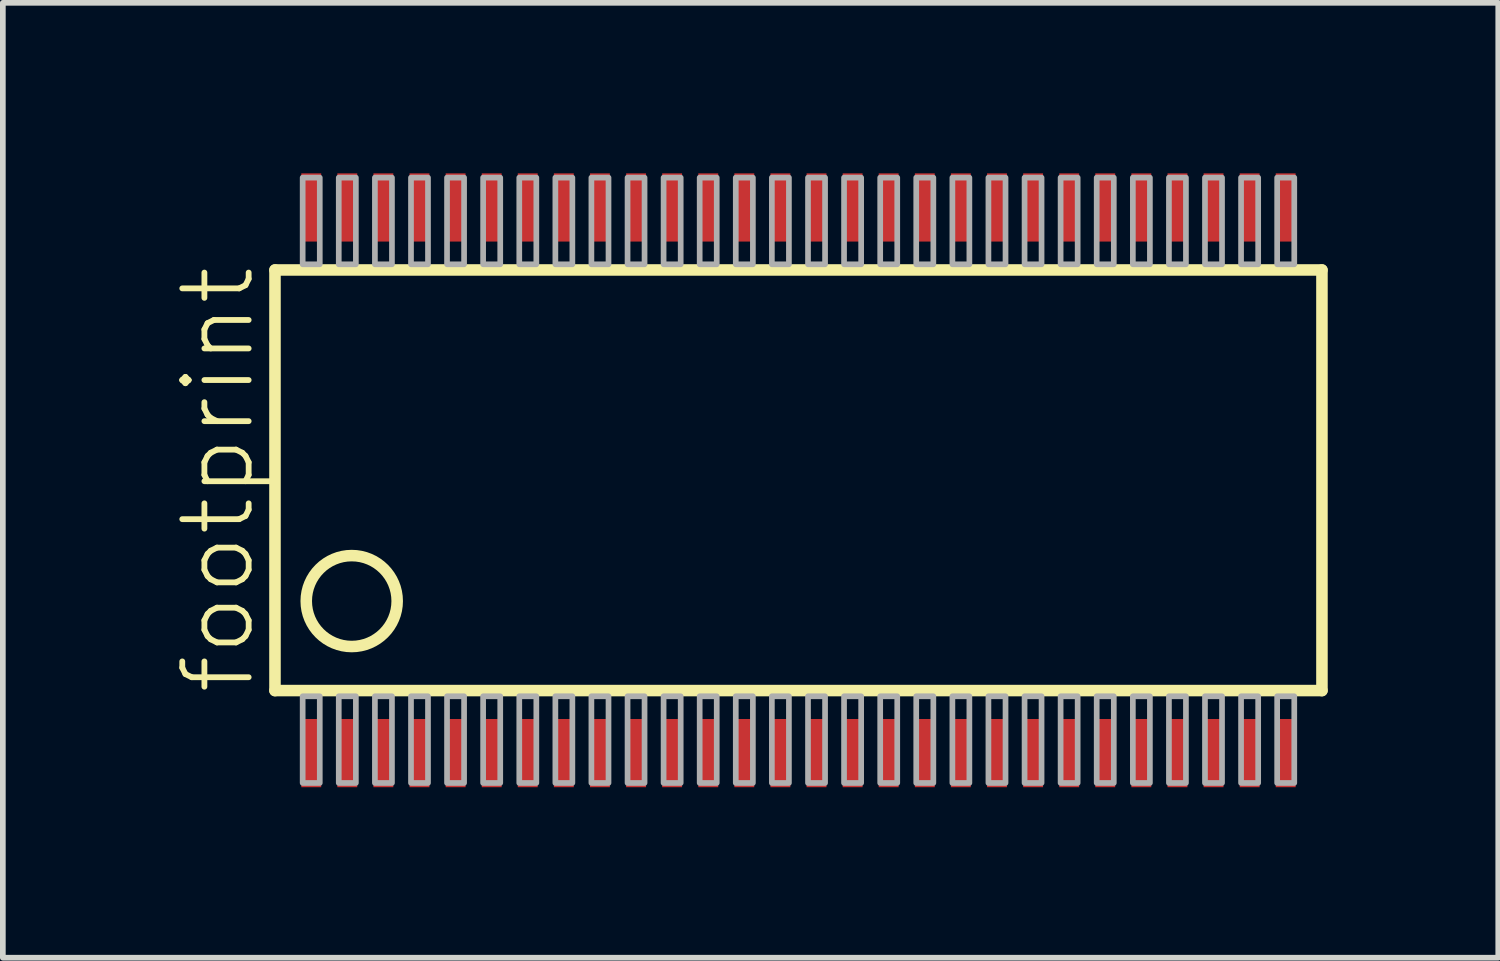
<source format=kicad_pcb>
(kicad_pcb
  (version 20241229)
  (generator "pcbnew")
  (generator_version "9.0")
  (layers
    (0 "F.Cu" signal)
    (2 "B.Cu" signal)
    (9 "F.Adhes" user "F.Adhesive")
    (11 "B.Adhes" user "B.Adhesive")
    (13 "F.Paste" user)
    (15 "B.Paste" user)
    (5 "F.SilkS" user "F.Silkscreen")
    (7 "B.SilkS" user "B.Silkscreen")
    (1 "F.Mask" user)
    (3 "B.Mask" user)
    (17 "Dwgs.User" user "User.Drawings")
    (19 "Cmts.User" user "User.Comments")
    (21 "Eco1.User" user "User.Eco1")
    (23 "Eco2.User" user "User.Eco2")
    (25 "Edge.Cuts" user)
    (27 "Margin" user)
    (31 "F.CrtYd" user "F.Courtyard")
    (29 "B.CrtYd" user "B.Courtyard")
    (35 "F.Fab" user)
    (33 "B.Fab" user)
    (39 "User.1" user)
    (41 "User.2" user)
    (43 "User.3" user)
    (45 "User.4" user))
  (footprint "footprint"
    (layer "F.Cu")
    (at 10.998 5.4)
    (property "Reference" "footprint" (at -9.525 3.81 90) (layer "F.SilkS") (effects (font (size 1.168 1.168) (thickness 0.102)) (justify left bottom)))
    (fp_line (start -9.21 -3.7) (end -9.21 3.7) (stroke (width 0.203) (type solid)) (layer "F.SilkS"))
    (fp_line (start -9.21 3.7) (end 9.21 3.7) (stroke (width 0.203) (type solid)) (layer "F.SilkS"))
    (fp_line (start 9.21 -3.7) (end -9.21 -3.7) (stroke (width 0.203) (type solid)) (layer "F.SilkS"))
    (fp_line (start 9.21 3.7) (end 9.21 -3.7) (stroke (width 0.203) (type solid)) (layer "F.SilkS"))
    (fp_circle (center -7.86 2.125) (end -7.06 2.125) (stroke (width 0.203) (type solid)) (fill no) (layer "F.SilkS"))
    (fp_poly (pts (xy -8.723 5.325) (xy -8.422 5.325) (xy -8.422 3.8) (xy -8.723 3.8)) (stroke (width 0.1) (type solid)) (fill no) (layer "F.Fab"))
    (fp_poly (pts (xy -8.422 -5.325) (xy -8.723 -5.325) (xy -8.723 -3.8) (xy -8.422 -3.8)) (stroke (width 0.1) (type solid)) (fill no) (layer "F.Fab"))
    (fp_poly (pts (xy -8.088 5.325) (xy -7.787 5.325) (xy -7.787 3.8) (xy -8.088 3.8)) (stroke (width 0.1) (type solid)) (fill no) (layer "F.Fab"))
    (fp_poly (pts (xy -7.787 -5.325) (xy -8.088 -5.325) (xy -8.088 -3.8) (xy -7.787 -3.8)) (stroke (width 0.1) (type solid)) (fill no) (layer "F.Fab"))
    (fp_poly (pts (xy -7.452 5.325) (xy -7.152 5.325) (xy -7.152 3.8) (xy -7.452 3.8)) (stroke (width 0.1) (type solid)) (fill no) (layer "F.Fab"))
    (fp_poly (pts (xy -7.152 -5.325) (xy -7.452 -5.325) (xy -7.452 -3.8) (xy -7.152 -3.8)) (stroke (width 0.1) (type solid)) (fill no) (layer "F.Fab"))
    (fp_poly (pts (xy -6.817 5.325) (xy -6.518 5.325) (xy -6.518 3.8) (xy -6.817 3.8)) (stroke (width 0.1) (type solid)) (fill no) (layer "F.Fab"))
    (fp_poly (pts (xy -6.518 -5.325) (xy -6.817 -5.325) (xy -6.817 -3.8) (xy -6.518 -3.8)) (stroke (width 0.1) (type solid)) (fill no) (layer "F.Fab"))
    (fp_poly (pts (xy -6.183 5.325) (xy -5.883 5.325) (xy -5.883 3.8) (xy -6.183 3.8)) (stroke (width 0.1) (type solid)) (fill no) (layer "F.Fab"))
    (fp_poly (pts (xy -5.883 -5.325) (xy -6.183 -5.325) (xy -6.183 -3.8) (xy -5.883 -3.8)) (stroke (width 0.1) (type solid)) (fill no) (layer "F.Fab"))
    (fp_poly (pts (xy -5.548 5.325) (xy -5.247 5.325) (xy -5.247 3.8) (xy -5.548 3.8)) (stroke (width 0.1) (type solid)) (fill no) (layer "F.Fab"))
    (fp_poly (pts (xy -5.247 -5.325) (xy -5.548 -5.325) (xy -5.548 -3.8) (xy -5.247 -3.8)) (stroke (width 0.1) (type solid)) (fill no) (layer "F.Fab"))
    (fp_poly (pts (xy -4.912 5.325) (xy -4.612 5.325) (xy -4.612 3.8) (xy -4.912 3.8)) (stroke (width 0.1) (type solid)) (fill no) (layer "F.Fab"))
    (fp_poly (pts (xy -4.612 -5.325) (xy -4.912 -5.325) (xy -4.912 -3.8) (xy -4.612 -3.8)) (stroke (width 0.1) (type solid)) (fill no) (layer "F.Fab"))
    (fp_poly (pts (xy -4.277 5.325) (xy -3.978 5.325) (xy -3.978 3.8) (xy -4.277 3.8)) (stroke (width 0.1) (type solid)) (fill no) (layer "F.Fab"))
    (fp_poly (pts (xy -3.978 -5.325) (xy -4.277 -5.325) (xy -4.277 -3.8) (xy -3.978 -3.8)) (stroke (width 0.1) (type solid)) (fill no) (layer "F.Fab"))
    (fp_poly (pts (xy -3.643 5.325) (xy -3.342 5.325) (xy -3.342 3.8) (xy -3.643 3.8)) (stroke (width 0.1) (type solid)) (fill no) (layer "F.Fab"))
    (fp_poly (pts (xy -3.342 -5.325) (xy -3.643 -5.325) (xy -3.643 -3.8) (xy -3.342 -3.8)) (stroke (width 0.1) (type solid)) (fill no) (layer "F.Fab"))
    (fp_poly (pts (xy -3.007 5.325) (xy -2.708 5.325) (xy -2.708 3.8) (xy -3.007 3.8)) (stroke (width 0.1) (type solid)) (fill no) (layer "F.Fab"))
    (fp_poly (pts (xy -2.708 -5.325) (xy -3.007 -5.325) (xy -3.007 -3.8) (xy -2.708 -3.8)) (stroke (width 0.1) (type solid)) (fill no) (layer "F.Fab"))
    (fp_poly (pts (xy -2.373 5.325) (xy -2.072 5.325) (xy -2.072 3.8) (xy -2.373 3.8)) (stroke (width 0.1) (type solid)) (fill no) (layer "F.Fab"))
    (fp_poly (pts (xy -2.072 -5.325) (xy -2.373 -5.325) (xy -2.373 -3.8) (xy -2.072 -3.8)) (stroke (width 0.1) (type solid)) (fill no) (layer "F.Fab"))
    (fp_poly (pts (xy -1.738 5.325) (xy -1.438 5.325) (xy -1.438 3.8) (xy -1.738 3.8)) (stroke (width 0.1) (type solid)) (fill no) (layer "F.Fab"))
    (fp_poly (pts (xy -1.438 -5.325) (xy -1.738 -5.325) (xy -1.738 -3.8) (xy -1.438 -3.8)) (stroke (width 0.1) (type solid)) (fill no) (layer "F.Fab"))
    (fp_poly (pts (xy -1.103 5.325) (xy -0.802 5.325) (xy -0.802 3.8) (xy -1.103 3.8)) (stroke (width 0.1) (type solid)) (fill no) (layer "F.Fab"))
    (fp_poly (pts (xy -0.802 -5.325) (xy -1.103 -5.325) (xy -1.103 -3.8) (xy -0.802 -3.8)) (stroke (width 0.1) (type solid)) (fill no) (layer "F.Fab"))
    (fp_poly (pts (xy -0.468 5.325) (xy -0.168 5.325) (xy -0.168 3.8) (xy -0.468 3.8)) (stroke (width 0.1) (type solid)) (fill no) (layer "F.Fab"))
    (fp_poly (pts (xy -0.168 -5.325) (xy -0.468 -5.325) (xy -0.468 -3.8) (xy -0.168 -3.8)) (stroke (width 0.1) (type solid)) (fill no) (layer "F.Fab"))
    (fp_poly (pts (xy 0.168 5.325) (xy 0.468 5.325) (xy 0.468 3.8) (xy 0.168 3.8)) (stroke (width 0.1) (type solid)) (fill no) (layer "F.Fab"))
    (fp_poly (pts (xy 0.468 -5.325) (xy 0.168 -5.325) (xy 0.168 -3.8) (xy 0.468 -3.8)) (stroke (width 0.1) (type solid)) (fill no) (layer "F.Fab"))
    (fp_poly (pts (xy 0.802 5.325) (xy 1.103 5.325) (xy 1.103 3.8) (xy 0.802 3.8)) (stroke (width 0.1) (type solid)) (fill no) (layer "F.Fab"))
    (fp_poly (pts (xy 1.103 -5.325) (xy 0.802 -5.325) (xy 0.802 -3.8) (xy 1.103 -3.8)) (stroke (width 0.1) (type solid)) (fill no) (layer "F.Fab"))
    (fp_poly (pts (xy 1.438 5.325) (xy 1.738 5.325) (xy 1.738 3.8) (xy 1.438 3.8)) (stroke (width 0.1) (type solid)) (fill no) (layer "F.Fab"))
    (fp_poly (pts (xy 1.738 -5.325) (xy 1.438 -5.325) (xy 1.438 -3.8) (xy 1.738 -3.8)) (stroke (width 0.1) (type solid)) (fill no) (layer "F.Fab"))
    (fp_poly (pts (xy 2.072 5.325) (xy 2.373 5.325) (xy 2.373 3.8) (xy 2.072 3.8)) (stroke (width 0.1) (type solid)) (fill no) (layer "F.Fab"))
    (fp_poly (pts (xy 2.373 -5.325) (xy 2.072 -5.325) (xy 2.072 -3.8) (xy 2.373 -3.8)) (stroke (width 0.1) (type solid)) (fill no) (layer "F.Fab"))
    (fp_poly (pts (xy 2.708 5.325) (xy 3.007 5.325) (xy 3.007 3.8) (xy 2.708 3.8)) (stroke (width 0.1) (type solid)) (fill no) (layer "F.Fab"))
    (fp_poly (pts (xy 3.007 -5.325) (xy 2.708 -5.325) (xy 2.708 -3.8) (xy 3.007 -3.8)) (stroke (width 0.1) (type solid)) (fill no) (layer "F.Fab"))
    (fp_poly (pts (xy 3.342 5.325) (xy 3.643 5.325) (xy 3.643 3.8) (xy 3.342 3.8)) (stroke (width 0.1) (type solid)) (fill no) (layer "F.Fab"))
    (fp_poly (pts (xy 3.643 -5.325) (xy 3.342 -5.325) (xy 3.342 -3.8) (xy 3.643 -3.8)) (stroke (width 0.1) (type solid)) (fill no) (layer "F.Fab"))
    (fp_poly (pts (xy 3.978 5.325) (xy 4.277 5.325) (xy 4.277 3.8) (xy 3.978 3.8)) (stroke (width 0.1) (type solid)) (fill no) (layer "F.Fab"))
    (fp_poly (pts (xy 4.277 -5.325) (xy 3.978 -5.325) (xy 3.978 -3.8) (xy 4.277 -3.8)) (stroke (width 0.1) (type solid)) (fill no) (layer "F.Fab"))
    (fp_poly (pts (xy 4.612 5.325) (xy 4.912 5.325) (xy 4.912 3.8) (xy 4.612 3.8)) (stroke (width 0.1) (type solid)) (fill no) (layer "F.Fab"))
    (fp_poly (pts (xy 4.912 -5.325) (xy 4.612 -5.325) (xy 4.612 -3.8) (xy 4.912 -3.8)) (stroke (width 0.1) (type solid)) (fill no) (layer "F.Fab"))
    (fp_poly (pts (xy 5.247 5.325) (xy 5.548 5.325) (xy 5.548 3.8) (xy 5.247 3.8)) (stroke (width 0.1) (type solid)) (fill no) (layer "F.Fab"))
    (fp_poly (pts (xy 5.548 -5.325) (xy 5.247 -5.325) (xy 5.247 -3.8) (xy 5.548 -3.8)) (stroke (width 0.1) (type solid)) (fill no) (layer "F.Fab"))
    (fp_poly (pts (xy 5.883 5.325) (xy 6.183 5.325) (xy 6.183 3.8) (xy 5.883 3.8)) (stroke (width 0.1) (type solid)) (fill no) (layer "F.Fab"))
    (fp_poly (pts (xy 6.183 -5.325) (xy 5.883 -5.325) (xy 5.883 -3.8) (xy 6.183 -3.8)) (stroke (width 0.1) (type solid)) (fill no) (layer "F.Fab"))
    (fp_poly (pts (xy 6.518 5.325) (xy 6.817 5.325) (xy 6.817 3.8) (xy 6.518 3.8)) (stroke (width 0.1) (type solid)) (fill no) (layer "F.Fab"))
    (fp_poly (pts (xy 6.817 -5.325) (xy 6.518 -5.325) (xy 6.518 -3.8) (xy 6.817 -3.8)) (stroke (width 0.1) (type solid)) (fill no) (layer "F.Fab"))
    (fp_poly (pts (xy 7.152 5.325) (xy 7.452 5.325) (xy 7.452 3.8) (xy 7.152 3.8)) (stroke (width 0.1) (type solid)) (fill no) (layer "F.Fab"))
    (fp_poly (pts (xy 7.452 -5.325) (xy 7.152 -5.325) (xy 7.152 -3.8) (xy 7.452 -3.8)) (stroke (width 0.1) (type solid)) (fill no) (layer "F.Fab"))
    (fp_poly (pts (xy 7.787 5.325) (xy 8.088 5.325) (xy 8.088 3.8) (xy 7.787 3.8)) (stroke (width 0.1) (type solid)) (fill no) (layer "F.Fab"))
    (fp_poly (pts (xy 8.088 -5.325) (xy 7.787 -5.325) (xy 7.787 -3.8) (xy 8.088 -3.8)) (stroke (width 0.1) (type solid)) (fill no) (layer "F.Fab"))
    (fp_poly (pts (xy 8.422 5.325) (xy 8.723 5.325) (xy 8.723 3.8) (xy 8.422 3.8)) (stroke (width 0.1) (type solid)) (fill no) (layer "F.Fab"))
    (fp_poly (pts (xy 8.723 -5.325) (xy 8.422 -5.325) (xy 8.422 -3.8) (xy 8.723 -3.8)) (stroke (width 0.1) (type solid)) (fill no) (layer "F.Fab"))
    (pad "1" smd rect (at -8.572 4.8) (size 0.35 1.2) (layers "F.Cu" "F.Mask" "F.Paste"))
    (pad "2" smd rect (at -7.938 4.8) (size 0.35 1.2) (layers "F.Cu" "F.Mask" "F.Paste"))
    (pad "3" smd rect (at -7.303 4.8) (size 0.35 1.2) (layers "F.Cu" "F.Mask" "F.Paste"))
    (pad "4" smd rect (at -6.668 4.8) (size 0.35 1.2) (layers "F.Cu" "F.Mask" "F.Paste"))
    (pad "5" smd rect (at -6.032 4.8) (size 0.35 1.2) (layers "F.Cu" "F.Mask" "F.Paste"))
    (pad "6" smd rect (at -5.397 4.8) (size 0.35 1.2) (layers "F.Cu" "F.Mask" "F.Paste"))
    (pad "7" smd rect (at -4.763 4.8) (size 0.35 1.2) (layers "F.Cu" "F.Mask" "F.Paste"))
    (pad "8" smd rect (at -4.128 4.8) (size 0.35 1.2) (layers "F.Cu" "F.Mask" "F.Paste"))
    (pad "9" smd rect (at -3.493 4.8) (size 0.35 1.2) (layers "F.Cu" "F.Mask" "F.Paste"))
    (pad "10" smd rect (at -2.857 4.8) (size 0.35 1.2) (layers "F.Cu" "F.Mask" "F.Paste"))
    (pad "11" smd rect (at -2.223 4.8) (size 0.35 1.2) (layers "F.Cu" "F.Mask" "F.Paste"))
    (pad "12" smd rect (at -1.587 4.8) (size 0.35 1.2) (layers "F.Cu" "F.Mask" "F.Paste"))
    (pad "13" smd rect (at -0.953 4.8) (size 0.35 1.2) (layers "F.Cu" "F.Mask" "F.Paste"))
    (pad "14" smd rect (at -0.318 4.8) (size 0.35 1.2) (layers "F.Cu" "F.Mask" "F.Paste"))
    (pad "15" smd rect (at 0.318 4.8) (size 0.35 1.2) (layers "F.Cu" "F.Mask" "F.Paste"))
    (pad "16" smd rect (at 0.953 4.8) (size 0.35 1.2) (layers "F.Cu" "F.Mask" "F.Paste"))
    (pad "17" smd rect (at 1.587 4.8) (size 0.35 1.2) (layers "F.Cu" "F.Mask" "F.Paste"))
    (pad "18" smd rect (at 2.223 4.8) (size 0.35 1.2) (layers "F.Cu" "F.Mask" "F.Paste"))
    (pad "19" smd rect (at 2.857 4.8) (size 0.35 1.2) (layers "F.Cu" "F.Mask" "F.Paste"))
    (pad "20" smd rect (at 3.493 4.8) (size 0.35 1.2) (layers "F.Cu" "F.Mask" "F.Paste"))
    (pad "21" smd rect (at 4.128 4.8) (size 0.35 1.2) (layers "F.Cu" "F.Mask" "F.Paste"))
    (pad "22" smd rect (at 4.763 4.8) (size 0.35 1.2) (layers "F.Cu" "F.Mask" "F.Paste"))
    (pad "23" smd rect (at 5.397 4.8) (size 0.35 1.2) (layers "F.Cu" "F.Mask" "F.Paste"))
    (pad "24" smd rect (at 6.032 4.8) (size 0.35 1.2) (layers "F.Cu" "F.Mask" "F.Paste"))
    (pad "25" smd rect (at 6.668 4.8) (size 0.35 1.2) (layers "F.Cu" "F.Mask" "F.Paste"))
    (pad "26" smd rect (at 7.303 4.8) (size 0.35 1.2) (layers "F.Cu" "F.Mask" "F.Paste"))
    (pad "27" smd rect (at 7.938 4.8) (size 0.35 1.2) (layers "F.Cu" "F.Mask" "F.Paste"))
    (pad "28" smd rect (at 8.572 4.8) (size 0.35 1.2) (layers "F.Cu" "F.Mask" "F.Paste"))
    (pad "29" smd rect (at 8.572 -4.8 180) (size 0.35 1.2) (layers "F.Cu" "F.Mask" "F.Paste"))
    (pad "30" smd rect (at 7.938 -4.8 180) (size 0.35 1.2) (layers "F.Cu" "F.Mask" "F.Paste"))
    (pad "31" smd rect (at 7.303 -4.8 180) (size 0.35 1.2) (layers "F.Cu" "F.Mask" "F.Paste"))
    (pad "32" smd rect (at 6.668 -4.8 180) (size 0.35 1.2) (layers "F.Cu" "F.Mask" "F.Paste"))
    (pad "33" smd rect (at 6.032 -4.8 180) (size 0.35 1.2) (layers "F.Cu" "F.Mask" "F.Paste"))
    (pad "34" smd rect (at 5.397 -4.8 180) (size 0.35 1.2) (layers "F.Cu" "F.Mask" "F.Paste"))
    (pad "35" smd rect (at 4.763 -4.8 180) (size 0.35 1.2) (layers "F.Cu" "F.Mask" "F.Paste"))
    (pad "36" smd rect (at 4.128 -4.8 180) (size 0.35 1.2) (layers "F.Cu" "F.Mask" "F.Paste"))
    (pad "37" smd rect (at 3.493 -4.8 180) (size 0.35 1.2) (layers "F.Cu" "F.Mask" "F.Paste"))
    (pad "38" smd rect (at 2.857 -4.8 180) (size 0.35 1.2) (layers "F.Cu" "F.Mask" "F.Paste"))
    (pad "39" smd rect (at 2.223 -4.8 180) (size 0.35 1.2) (layers "F.Cu" "F.Mask" "F.Paste"))
    (pad "40" smd rect (at 1.587 -4.8 180) (size 0.35 1.2) (layers "F.Cu" "F.Mask" "F.Paste"))
    (pad "41" smd rect (at 0.953 -4.8 180) (size 0.35 1.2) (layers "F.Cu" "F.Mask" "F.Paste"))
    (pad "42" smd rect (at 0.318 -4.8 180) (size 0.35 1.2) (layers "F.Cu" "F.Mask" "F.Paste"))
    (pad "43" smd rect (at -0.318 -4.8 180) (size 0.35 1.2) (layers "F.Cu" "F.Mask" "F.Paste"))
    (pad "44" smd rect (at -0.953 -4.8 180) (size 0.35 1.2) (layers "F.Cu" "F.Mask" "F.Paste"))
    (pad "45" smd rect (at -1.587 -4.8 180) (size 0.35 1.2) (layers "F.Cu" "F.Mask" "F.Paste"))
    (pad "46" smd rect (at -2.223 -4.8 180) (size 0.35 1.2) (layers "F.Cu" "F.Mask" "F.Paste"))
    (pad "47" smd rect (at -2.857 -4.8 180) (size 0.35 1.2) (layers "F.Cu" "F.Mask" "F.Paste"))
    (pad "48" smd rect (at -3.493 -4.8 180) (size 0.35 1.2) (layers "F.Cu" "F.Mask" "F.Paste"))
    (pad "49" smd rect (at -4.128 -4.8 180) (size 0.35 1.2) (layers "F.Cu" "F.Mask" "F.Paste"))
    (pad "50" smd rect (at -4.763 -4.8 180) (size 0.35 1.2) (layers "F.Cu" "F.Mask" "F.Paste"))
    (pad "51" smd rect (at -5.397 -4.8 180) (size 0.35 1.2) (layers "F.Cu" "F.Mask" "F.Paste"))
    (pad "52" smd rect (at -6.032 -4.8 180) (size 0.35 1.2) (layers "F.Cu" "F.Mask" "F.Paste"))
    (pad "53" smd rect (at -6.668 -4.8 180) (size 0.35 1.2) (layers "F.Cu" "F.Mask" "F.Paste"))
    (pad "54" smd rect (at -7.303 -4.8 180) (size 0.35 1.2) (layers "F.Cu" "F.Mask" "F.Paste"))
    (pad "55" smd rect (at -7.938 -4.8 180) (size 0.35 1.2) (layers "F.Cu" "F.Mask" "F.Paste"))
    (pad "56" smd rect (at -8.572 -4.8 180) (size 0.35 1.2) (layers "F.Cu" "F.Mask" "F.Paste")))
  (gr_rect
    (start -3 -3)
    (end 23.31 13.8)
    (stroke (width 0.1) (type default))
    (fill no)
    (layer "Edge.Cuts")))
</source>
